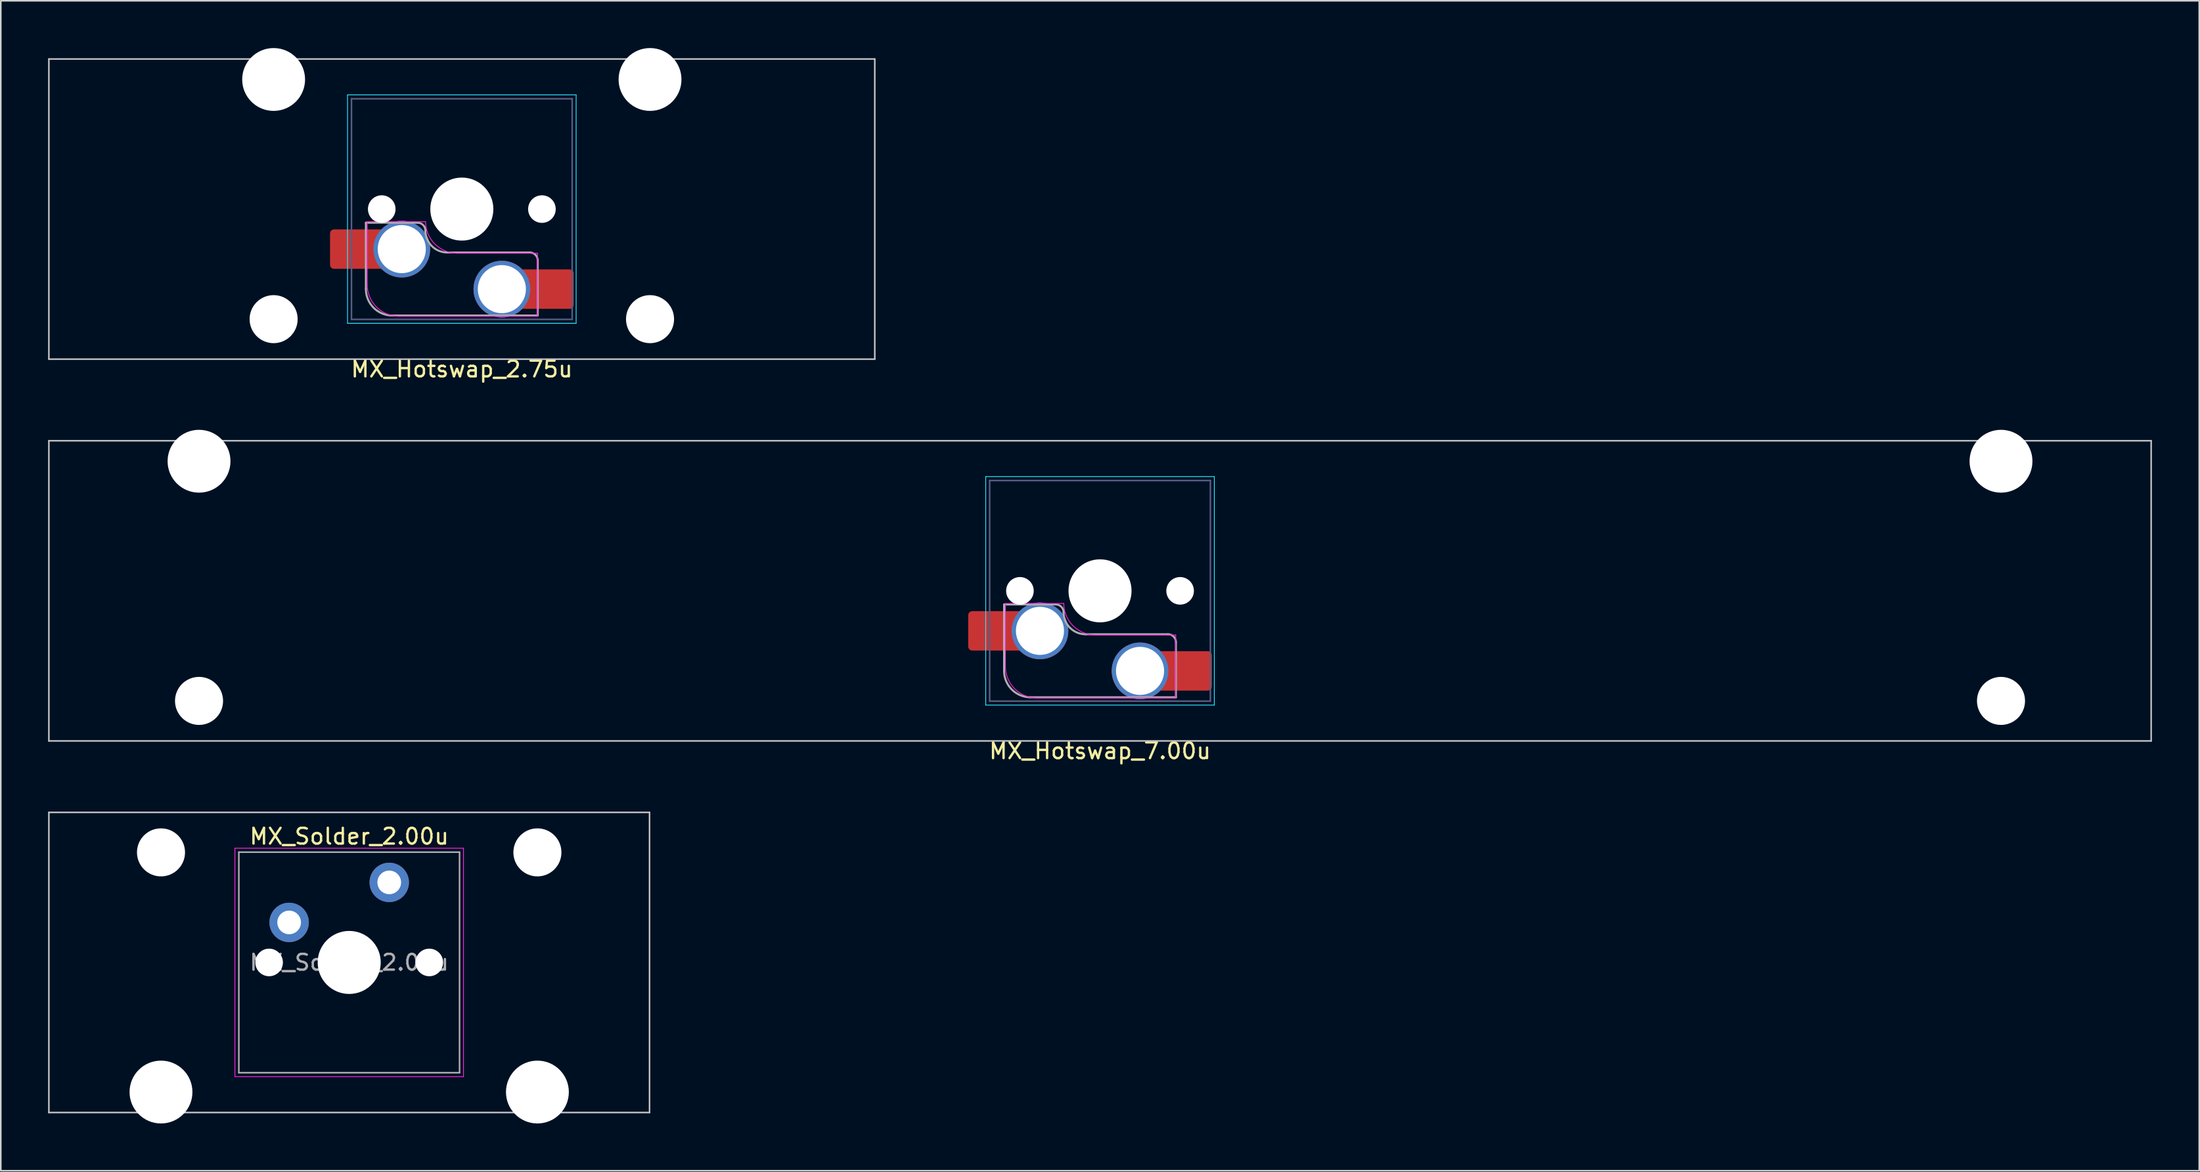
<source format=kicad_pcb>
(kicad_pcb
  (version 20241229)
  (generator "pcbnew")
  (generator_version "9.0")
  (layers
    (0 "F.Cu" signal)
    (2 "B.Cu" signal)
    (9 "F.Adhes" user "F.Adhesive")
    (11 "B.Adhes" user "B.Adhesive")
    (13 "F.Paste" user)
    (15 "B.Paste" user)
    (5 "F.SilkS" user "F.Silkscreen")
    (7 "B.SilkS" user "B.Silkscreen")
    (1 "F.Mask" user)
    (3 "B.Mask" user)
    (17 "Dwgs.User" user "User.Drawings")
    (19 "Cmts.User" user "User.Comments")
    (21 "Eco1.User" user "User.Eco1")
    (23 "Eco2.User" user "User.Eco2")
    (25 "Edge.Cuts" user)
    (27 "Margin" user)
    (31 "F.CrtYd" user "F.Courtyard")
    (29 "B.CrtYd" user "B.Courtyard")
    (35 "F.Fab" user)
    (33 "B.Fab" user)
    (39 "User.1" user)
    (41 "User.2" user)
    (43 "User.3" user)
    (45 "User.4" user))
  (footprint "MX_Hotswap_7.00u"
    (layer "F.Cu")
    (at 66.09 38.256)
    (property "Reference" "MX_Hotswap_7.00u" (at 0.635 6.35 0) (layer "F.SilkS") (effects (font (size 1 1) (thickness 0.15))))
    (attr smd allow_soldermask_bridges)
    (fp_line (start -66.04 -13.335) (end -66.04 5.715) (stroke (width 0.1) (type solid)) (layer "Dwgs.User"))
    (fp_line (start -66.04 5.715) (end 67.31 5.715) (stroke (width 0.1) (type solid)) (layer "Dwgs.User"))
    (fp_line (start 67.31 -13.335) (end -66.04 -13.335) (stroke (width 0.1) (type solid)) (layer "Dwgs.User"))
    (fp_line (start 67.31 5.715) (end 67.31 -13.335) (stroke (width 0.1) (type solid)) (layer "Dwgs.User"))
    (fp_line (start -59.89 -10.58) (end -59.89 1.72) (stroke (width 0.1) (type solid)) (layer "Eco1.User"))
    (fp_line (start -59.89 1.72) (end -53.14 1.72) (stroke (width 0.1) (type solid)) (layer "Eco1.User"))
    (fp_line (start -53.14 -10.58) (end -59.89 -10.58) (stroke (width 0.1) (type solid)) (layer "Eco1.User"))
    (fp_line (start -53.14 1.72) (end -53.14 -10.58) (stroke (width 0.1) (type solid)) (layer "Eco1.User"))
    (fp_line (start 54.41 -10.58) (end 54.41 1.72) (stroke (width 0.1) (type solid)) (layer "Eco1.User"))
    (fp_line (start 54.41 1.72) (end 61.16 1.72) (stroke (width 0.1) (type solid)) (layer "Eco1.User"))
    (fp_line (start 61.16 -10.58) (end 54.41 -10.58) (stroke (width 0.1) (type solid)) (layer "Eco1.User"))
    (fp_line (start 61.16 1.72) (end 61.16 -10.58) (stroke (width 0.1) (type solid)) (layer "Eco1.User"))
    (fp_line (start -6.615 -11.06) (end -6.615 3.44) (stroke (width 0.05) (type solid)) (layer "B.CrtYd"))
    (fp_line (start -6.615 3.44) (end 7.885 3.44) (stroke (width 0.05) (type solid)) (layer "B.CrtYd"))
    (fp_line (start 7.885 -11.06) (end -6.615 -11.06) (stroke (width 0.05) (type solid)) (layer "B.CrtYd"))
    (fp_line (start 7.885 3.44) (end 7.885 -11.06) (stroke (width 0.05) (type solid)) (layer "B.CrtYd"))
    (fp_line (start -5.365 0.99) (end -5.365 -3.01) (stroke (width 0.05) (type solid)) (layer "F.CrtYd"))
    (fp_line (start -1.665 -3.01) (end -5.365 -3.01) (stroke (width 0.05) (type solid)) (layer "F.CrtYd"))
    (fp_line (start 5.435 -1.01) (end 0.335 -1.01) (stroke (width 0.05) (type solid)) (layer "F.CrtYd"))
    (fp_line (start 5.435 -1.01) (end 5.435 2.99) (stroke (width 0.05) (type solid)) (layer "F.CrtYd"))
    (fp_line (start 5.435 2.99) (end -3.365 2.99) (stroke (width 0.05) (type solid)) (layer "F.CrtYd"))
    (fp_arc (start -3.365 2.99) (mid -4.779214 2.404214) (end -5.365 0.99) (stroke (width 0.05) (type solid)) (layer "F.CrtYd"))
    (fp_arc (start 0.335 -1.01) (mid -1.079214 -1.595786) (end -1.665 -3.01) (stroke (width 0.05) (type solid)) (layer "F.CrtYd"))
    (fp_line (start -6.365 -10.81) (end -6.365 3.19) (stroke (width 0.1) (type solid)) (layer "B.Fab"))
    (fp_line (start -6.365 3.19) (end 7.635 3.19) (stroke (width 0.1) (type solid)) (layer "B.Fab"))
    (fp_line (start 7.635 -10.81) (end -6.365 -10.81) (stroke (width 0.1) (type solid)) (layer "B.Fab"))
    (fp_line (start 7.635 3.19) (end 7.635 -10.81) (stroke (width 0.1) (type solid)) (layer "B.Fab"))
    (fp_line (start -5.45 -2.945) (end -2.175 -2.945) (stroke (width 0.127) (type solid)) (layer "F.Fab"))
    (fp_line (start -5.45 1.27) (end -5.45 -2.945) (stroke (width 0.127) (type solid)) (layer "F.Fab"))
    (fp_line (start -0.285 -1.055) (end 4.95 -1.055) (stroke (width 0.127) (type solid)) (layer "F.Fab"))
    (fp_line (start 5.45 -0.555) (end 5.45 2.945) (stroke (width 0.127) (type solid)) (layer "F.Fab"))
    (fp_line (start 5.45 2.945) (end -3.775 2.945) (stroke (width 0.127) (type solid)) (layer "F.Fab"))
    (fp_arc (start -3.775 2.945) (mid -4.959404 2.454404) (end -5.45 1.27) (stroke (width 0.127) (type solid)) (layer "F.Fab"))
    (fp_arc (start -2.175 -2.945) (mid -1.821447 -2.798553) (end -1.675 -2.445) (stroke (width 0.127) (type solid)) (layer "F.Fab"))
    (fp_arc (start -0.285 -1.055) (mid -1.267878 -1.462122) (end -1.675 -2.445) (stroke (width 0.127) (type solid)) (layer "F.Fab"))
    (fp_arc (start 4.95 -1.055) (mid 5.303553 -0.908553) (end 5.45 -0.555) (stroke (width 0.127) (type solid)) (layer "F.Fab"))
    (pad "" np_thru_hole circle (at -56.515 -12.035 180) (size 3.988 3.988) (drill 3.988) (layers "*.Cu" "*.Mask"))
    (pad "" np_thru_hole circle (at -56.515 3.175 180) (size 3.048 3.048) (drill 3.048) (layers "*.Cu" "*.Mask"))
    (pad "" smd roundrect (at -6.45 -1.27 180) (size 2.55 2.5) (layers "F.Mask" "F.Paste") (roundrect_rratio 0.1))
    (pad "" np_thru_hole circle (at -4.445 -3.81 180) (size 1.75 1.75) (drill 1.75) (layers "*.Cu" "*.Mask"))
    (pad "" np_thru_hole circle (at 0.635 -3.81 180) (size 4 4) (drill 4) (layers "*.Cu" "*.Mask"))
    (pad "" np_thru_hole circle (at 5.715 -3.81 180) (size 1.75 1.75) (drill 1.75) (layers "*.Cu" "*.Mask"))
    (pad "" smd roundrect (at 6.477 1.27 180) (size 2.55 2.5) (layers "F.Mask" "F.Paste") (roundrect_rratio 0.1))
    (pad "" np_thru_hole circle (at 57.785 -12.035 180) (size 3.988 3.988) (drill 3.988) (layers "*.Cu" "*.Mask"))
    (pad "" np_thru_hole circle (at 57.785 3.175 180) (size 3.048 3.048) (drill 3.048) (layers "*.Cu" "*.Mask"))
    (pad "1" smd roundrect (at -5.95 -1.27 180) (size 3.55 2.5) (layers "F.Cu") (roundrect_rratio 0.1))
    (pad "1" thru_hole circle (at -3.175 -1.27 180) (size 3.6 3.6) (drill 3.05) (layers "*.Cu" "*.Mask"))
    (pad "2" thru_hole circle (at 3.175 1.27 180) (size 3.6 3.6) (drill 3.05) (layers "*.Cu" "*.Mask"))
    (pad "2" smd roundrect (at 5.955 1.27 180) (size 3.55 2.5) (layers "F.Cu") (roundrect_rratio 0.1)))
  (footprint "MX_Solder_2.00u"
    (layer "F.Cu")
    (at 19.1 58.029)
    (property "Reference" "MX_Solder_2.00u" (at 0 -8 0) (layer "F.SilkS") (effects (font (size 1 1) (thickness 0.15))))
    (attr through_hole)
    (fp_line (start -19.05 -9.525) (end -19.05 9.525) (stroke (width 0.1) (type solid)) (layer "Dwgs.User"))
    (fp_line (start -19.05 9.525) (end 19.05 9.525) (stroke (width 0.1) (type solid)) (layer "Dwgs.User"))
    (fp_line (start 19.05 -9.525) (end -19.05 -9.525) (stroke (width 0.1) (type solid)) (layer "Dwgs.User"))
    (fp_line (start 19.05 9.525) (end 19.05 -9.525) (stroke (width 0.1) (type solid)) (layer "Dwgs.User"))
    (fp_line (start -15.313 -5.53) (end -15.313 6.77) (stroke (width 0.1) (type solid)) (layer "Eco1.User"))
    (fp_line (start -15.313 6.77) (end -8.563 6.77) (stroke (width 0.1) (type solid)) (layer "Eco1.User"))
    (fp_line (start -8.563 -5.53) (end -15.313 -5.53) (stroke (width 0.1) (type solid)) (layer "Eco1.User"))
    (fp_line (start -8.563 6.77) (end -8.563 -5.53) (stroke (width 0.1) (type solid)) (layer "Eco1.User"))
    (fp_line (start -7 -7) (end -7 7) (stroke (width 0.1) (type solid)) (layer "Eco1.User"))
    (fp_line (start -7 7) (end 7 7) (stroke (width 0.1) (type solid)) (layer "Eco1.User"))
    (fp_line (start 7 -7) (end -7 -7) (stroke (width 0.1) (type solid)) (layer "Eco1.User"))
    (fp_line (start 7 7) (end 7 -7) (stroke (width 0.1) (type solid)) (layer "Eco1.User"))
    (fp_line (start 8.563 -5.53) (end 8.563 6.77) (stroke (width 0.1) (type solid)) (layer "Eco1.User"))
    (fp_line (start 8.563 6.77) (end 15.313 6.77) (stroke (width 0.1) (type solid)) (layer "Eco1.User"))
    (fp_line (start 15.313 -5.53) (end 8.563 -5.53) (stroke (width 0.1) (type solid)) (layer "Eco1.User"))
    (fp_line (start 15.313 6.77) (end 15.313 -5.53) (stroke (width 0.1) (type solid)) (layer "Eco1.User"))
    (fp_line (start -7.25 -7.25) (end -7.25 7.25) (stroke (width 0.05) (type solid)) (layer "F.CrtYd"))
    (fp_line (start -7.25 7.25) (end 7.25 7.25) (stroke (width 0.05) (type solid)) (layer "F.CrtYd"))
    (fp_line (start 7.25 -7.25) (end -7.25 -7.25) (stroke (width 0.05) (type solid)) (layer "F.CrtYd"))
    (fp_line (start 7.25 7.25) (end 7.25 -7.25) (stroke (width 0.05) (type solid)) (layer "F.CrtYd"))
    (fp_line (start -7 -7) (end -7 7) (stroke (width 0.1) (type solid)) (layer "F.Fab"))
    (fp_line (start -7 7) (end 7 7) (stroke (width 0.1) (type solid)) (layer "F.Fab"))
    (fp_line (start 7 -7) (end -7 -7) (stroke (width 0.1) (type solid)) (layer "F.Fab"))
    (fp_line (start 7 7) (end 7 -7) (stroke (width 0.1) (type solid)) (layer "F.Fab"))
    (fp_text user "${REFERENCE}" (at 0 0 0) (layer "F.Fab") (effects (font (size 1 1) (thickness 0.15))))
    (pad "" np_thru_hole circle (at -11.938 -6.985) (size 3.048 3.048) (drill 3.048) (layers "*.Cu" "*.Mask"))
    (pad "" np_thru_hole circle (at -11.938 8.225) (size 3.988 3.988) (drill 3.988) (layers "*.Cu" "*.Mask"))
    (pad "" np_thru_hole circle (at -5.08 0) (size 1.75 1.75) (drill 1.75) (layers "*.Cu" "*.Mask"))
    (pad "" np_thru_hole circle (at 0 0) (size 4 4) (drill 4) (layers "*.Cu" "*.Mask"))
    (pad "" np_thru_hole circle (at 5.08 0) (size 1.75 1.75) (drill 1.75) (layers "*.Cu" "*.Mask"))
    (pad "" np_thru_hole circle (at 11.938 -6.985) (size 3.048 3.048) (drill 3.048) (layers "*.Cu" "*.Mask"))
    (pad "" np_thru_hole circle (at 11.938 8.225) (size 3.988 3.988) (drill 3.988) (layers "*.Cu" "*.Mask"))
    (pad "1" thru_hole circle (at -3.81 -2.54) (size 2.5 2.5) (drill 1.5) (layers "*.Cu" "*.Mask"))
    (pad "2" thru_hole circle (at 2.54 -5.08) (size 2.5 2.5) (drill 1.5) (layers "*.Cu" "*.Mask")))
  (footprint "MX_Hotswap_2.75u"
    (layer "F.Cu")
    (at 25.609 14.029)
    (property "Reference" "MX_Hotswap_2.75u" (at 0.635 6.35 0) (layer "F.SilkS") (effects (font (size 1 1) (thickness 0.15))))
    (attr smd allow_soldermask_bridges)
    (fp_line (start -25.559 -13.335) (end -25.559 5.715) (stroke (width 0.1) (type solid)) (layer "Dwgs.User"))
    (fp_line (start -25.559 5.715) (end 26.829 5.715) (stroke (width 0.1) (type solid)) (layer "Dwgs.User"))
    (fp_line (start 26.829 -13.335) (end -25.559 -13.335) (stroke (width 0.1) (type solid)) (layer "Dwgs.User"))
    (fp_line (start 26.829 5.715) (end 26.829 -13.335) (stroke (width 0.1) (type solid)) (layer "Dwgs.User"))
    (fp_line (start -14.678 -10.58) (end -14.678 1.72) (stroke (width 0.1) (type solid)) (layer "Eco1.User"))
    (fp_line (start -14.678 1.72) (end -7.928 1.72) (stroke (width 0.1) (type solid)) (layer "Eco1.User"))
    (fp_line (start -7.928 -10.58) (end -14.678 -10.58) (stroke (width 0.1) (type solid)) (layer "Eco1.User"))
    (fp_line (start -7.928 1.72) (end -7.928 -10.58) (stroke (width 0.1) (type solid)) (layer "Eco1.User"))
    (fp_line (start 9.198 -10.58) (end 9.198 1.72) (stroke (width 0.1) (type solid)) (layer "Eco1.User"))
    (fp_line (start 9.198 1.72) (end 15.948 1.72) (stroke (width 0.1) (type solid)) (layer "Eco1.User"))
    (fp_line (start 15.948 -10.58) (end 9.198 -10.58) (stroke (width 0.1) (type solid)) (layer "Eco1.User"))
    (fp_line (start 15.948 1.72) (end 15.948 -10.58) (stroke (width 0.1) (type solid)) (layer "Eco1.User"))
    (fp_line (start -6.615 -11.06) (end -6.615 3.44) (stroke (width 0.05) (type solid)) (layer "B.CrtYd"))
    (fp_line (start -6.615 3.44) (end 7.885 3.44) (stroke (width 0.05) (type solid)) (layer "B.CrtYd"))
    (fp_line (start 7.885 -11.06) (end -6.615 -11.06) (stroke (width 0.05) (type solid)) (layer "B.CrtYd"))
    (fp_line (start 7.885 3.44) (end 7.885 -11.06) (stroke (width 0.05) (type solid)) (layer "B.CrtYd"))
    (fp_line (start -5.365 0.99) (end -5.365 -3.01) (stroke (width 0.05) (type solid)) (layer "F.CrtYd"))
    (fp_line (start -1.665 -3.01) (end -5.365 -3.01) (stroke (width 0.05) (type solid)) (layer "F.CrtYd"))
    (fp_line (start 5.435 -1.01) (end 0.335 -1.01) (stroke (width 0.05) (type solid)) (layer "F.CrtYd"))
    (fp_line (start 5.435 -1.01) (end 5.435 2.99) (stroke (width 0.05) (type solid)) (layer "F.CrtYd"))
    (fp_line (start 5.435 2.99) (end -3.365 2.99) (stroke (width 0.05) (type solid)) (layer "F.CrtYd"))
    (fp_arc (start -3.365 2.99) (mid -4.779214 2.404214) (end -5.365 0.99) (stroke (width 0.05) (type solid)) (layer "F.CrtYd"))
    (fp_arc (start 0.335 -1.01) (mid -1.079214 -1.595786) (end -1.665 -3.01) (stroke (width 0.05) (type solid)) (layer "F.CrtYd"))
    (fp_line (start -6.365 -10.81) (end -6.365 3.19) (stroke (width 0.1) (type solid)) (layer "B.Fab"))
    (fp_line (start -6.365 3.19) (end 7.635 3.19) (stroke (width 0.1) (type solid)) (layer "B.Fab"))
    (fp_line (start 7.635 -10.81) (end -6.365 -10.81) (stroke (width 0.1) (type solid)) (layer "B.Fab"))
    (fp_line (start 7.635 3.19) (end 7.635 -10.81) (stroke (width 0.1) (type solid)) (layer "B.Fab"))
    (fp_line (start -5.45 -2.945) (end -2.175 -2.945) (stroke (width 0.127) (type solid)) (layer "F.Fab"))
    (fp_line (start -5.45 1.27) (end -5.45 -2.945) (stroke (width 0.127) (type solid)) (layer "F.Fab"))
    (fp_line (start -0.285 -1.055) (end 4.95 -1.055) (stroke (width 0.127) (type solid)) (layer "F.Fab"))
    (fp_line (start 5.45 -0.555) (end 5.45 2.945) (stroke (width 0.127) (type solid)) (layer "F.Fab"))
    (fp_line (start 5.45 2.945) (end -3.775 2.945) (stroke (width 0.127) (type solid)) (layer "F.Fab"))
    (fp_arc (start -3.775 2.945) (mid -4.959404 2.454404) (end -5.45 1.27) (stroke (width 0.127) (type solid)) (layer "F.Fab"))
    (fp_arc (start -2.175 -2.945) (mid -1.821447 -2.798553) (end -1.675 -2.445) (stroke (width 0.127) (type solid)) (layer "F.Fab"))
    (fp_arc (start -0.285 -1.055) (mid -1.267878 -1.462122) (end -1.675 -2.445) (stroke (width 0.127) (type solid)) (layer "F.Fab"))
    (fp_arc (start 4.95 -1.055) (mid 5.303553 -0.908553) (end 5.45 -0.555) (stroke (width 0.127) (type solid)) (layer "F.Fab"))
    (pad "" np_thru_hole circle (at -11.303 -12.035 180) (size 3.988 3.988) (drill 3.988) (layers "*.Cu" "*.Mask"))
    (pad "" np_thru_hole circle (at -11.303 3.175 180) (size 3.048 3.048) (drill 3.048) (layers "*.Cu" "*.Mask"))
    (pad "" smd roundrect (at -6.45 -1.27 180) (size 2.55 2.5) (layers "F.Mask" "F.Paste") (roundrect_rratio 0.1))
    (pad "" np_thru_hole circle (at -4.445 -3.81 180) (size 1.75 1.75) (drill 1.75) (layers "*.Cu" "*.Mask"))
    (pad "" np_thru_hole circle (at 0.635 -3.81 180) (size 4 4) (drill 4) (layers "*.Cu" "*.Mask"))
    (pad "" np_thru_hole circle (at 5.715 -3.81 180) (size 1.75 1.75) (drill 1.75) (layers "*.Cu" "*.Mask"))
    (pad "" smd roundrect (at 6.477 1.27 180) (size 2.55 2.5) (layers "F.Mask" "F.Paste") (roundrect_rratio 0.1))
    (pad "" np_thru_hole circle (at 12.573 -12.035 180) (size 3.988 3.988) (drill 3.988) (layers "*.Cu" "*.Mask"))
    (pad "" np_thru_hole circle (at 12.573 3.175 180) (size 3.048 3.048) (drill 3.048) (layers "*.Cu" "*.Mask"))
    (pad "1" smd roundrect (at -5.95 -1.27 180) (size 3.55 2.5) (layers "F.Cu") (roundrect_rratio 0.1))
    (pad "1" thru_hole circle (at -3.175 -1.27 180) (size 3.6 3.6) (drill 3.05) (layers "*.Cu" "*.Mask"))
    (pad "2" thru_hole circle (at 3.175 1.27 180) (size 3.6 3.6) (drill 3.05) (layers "*.Cu" "*.Mask"))
    (pad "2" smd roundrect (at 5.955 1.27 180) (size 3.55 2.5) (layers "F.Cu") (roundrect_rratio 0.1)))
  (gr_rect
    (start -3 -3)
    (end 136.45 71.248)
    (stroke (width 0.1) (type default))
    (fill no)
    (layer "Edge.Cuts")))
</source>
